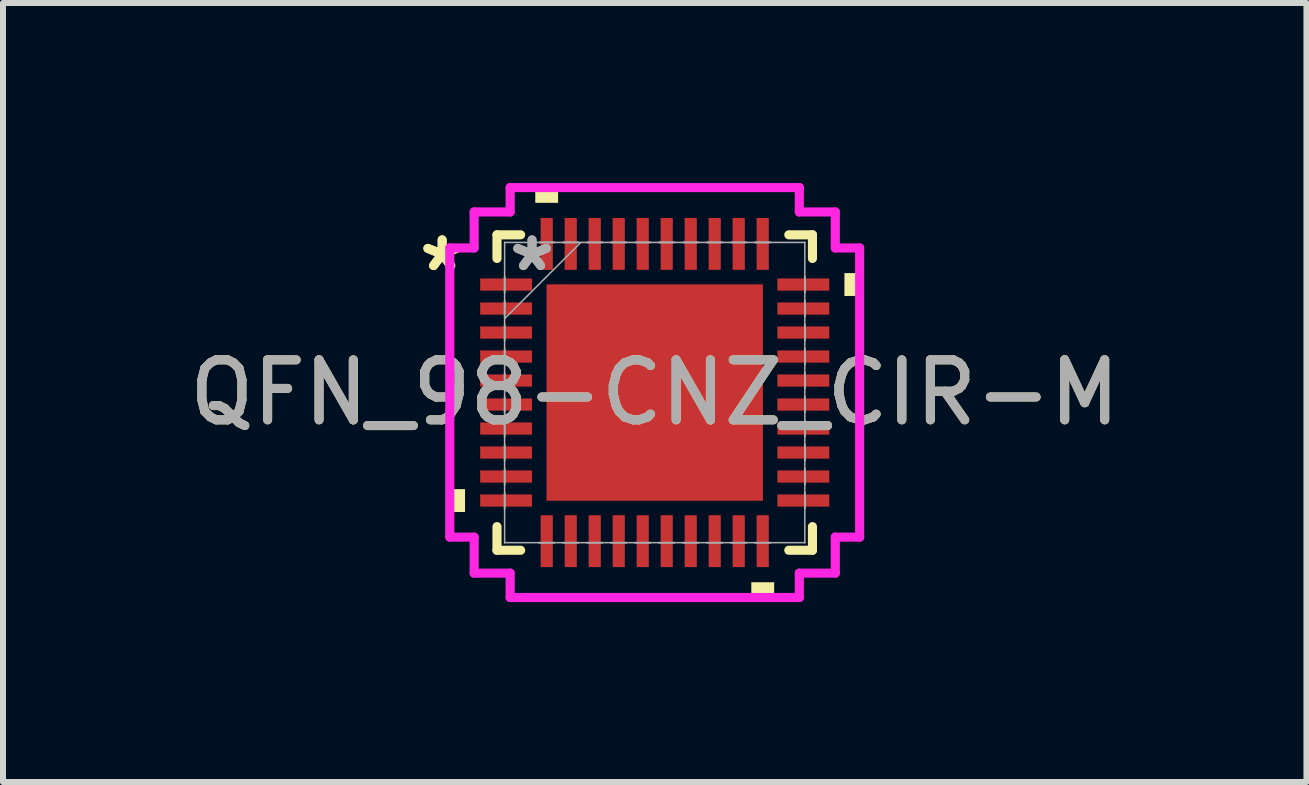
<source format=kicad_pcb>
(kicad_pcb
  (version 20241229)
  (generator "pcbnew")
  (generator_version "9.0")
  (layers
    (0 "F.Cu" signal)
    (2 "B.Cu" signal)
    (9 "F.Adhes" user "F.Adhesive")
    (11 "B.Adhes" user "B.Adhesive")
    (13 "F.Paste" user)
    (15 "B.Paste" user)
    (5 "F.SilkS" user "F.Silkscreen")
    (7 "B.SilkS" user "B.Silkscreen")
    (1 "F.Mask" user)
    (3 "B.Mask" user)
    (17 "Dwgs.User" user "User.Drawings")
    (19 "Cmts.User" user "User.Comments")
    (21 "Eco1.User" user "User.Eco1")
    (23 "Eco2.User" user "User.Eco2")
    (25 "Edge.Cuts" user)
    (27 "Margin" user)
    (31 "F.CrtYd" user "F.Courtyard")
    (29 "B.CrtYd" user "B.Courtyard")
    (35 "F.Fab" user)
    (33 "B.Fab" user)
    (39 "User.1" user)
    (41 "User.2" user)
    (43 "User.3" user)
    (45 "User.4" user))
  (footprint "QFN_98-CNZ_CIR-M"
    (layer "F.Cu")
    (at 7.863 3.493)
    (property "Reference" "QFN_98-CNZ_CIR-M" (at 0 0 0) (unlocked yes) (layer "F.SilkS") (effects (font (size 1 1) (thickness 0.15))))
    (attr smd)
    (fp_line (start -2.629 -2.629) (end -2.629 -2.235) (stroke (width 0.152) (type solid)) (layer "F.SilkS"))
    (fp_line (start -2.629 2.235) (end -2.629 2.629) (stroke (width 0.152) (type solid)) (layer "F.SilkS"))
    (fp_line (start -2.629 2.629) (end -2.235 2.629) (stroke (width 0.152) (type solid)) (layer "F.SilkS"))
    (fp_line (start -2.235 -2.629) (end -2.629 -2.629) (stroke (width 0.152) (type solid)) (layer "F.SilkS"))
    (fp_line (start 2.235 2.629) (end 2.629 2.629) (stroke (width 0.152) (type solid)) (layer "F.SilkS"))
    (fp_line (start 2.629 -2.629) (end 2.235 -2.629) (stroke (width 0.152) (type solid)) (layer "F.SilkS"))
    (fp_line (start 2.629 -2.235) (end 2.629 -2.629) (stroke (width 0.152) (type solid)) (layer "F.SilkS"))
    (fp_line (start 2.629 2.629) (end 2.629 2.235) (stroke (width 0.152) (type solid)) (layer "F.SilkS"))
    (fp_poly (pts (xy -3.416 1.61) (xy -3.416 1.991) (xy -3.162 1.991) (xy -3.162 1.61)) (stroke (width 0) (type solid)) (fill yes) (layer "F.SilkS"))
    (fp_poly (pts (xy -1.991 -3.162) (xy -1.991 -3.416) (xy -1.61 -3.416) (xy -1.61 -3.162)) (stroke (width 0) (type solid)) (fill yes) (layer "F.SilkS"))
    (fp_poly (pts (xy 1.61 3.162) (xy 1.61 3.416) (xy 1.991 3.416) (xy 1.991 3.162)) (stroke (width 0) (type solid)) (fill yes) (layer "F.SilkS"))
    (fp_poly (pts (xy 3.416 -1.991) (xy 3.416 -1.61) (xy 3.162 -1.61) (xy 3.162 -1.991)) (stroke (width 0) (type solid)) (fill yes) (layer "F.SilkS"))
    (fp_poly (pts (xy -1.703 -1.703) (xy -1.703 -0.1) (xy -0.1 -0.1) (xy -0.1 -1.703)) (stroke (width 0) (type solid)) (fill yes) (layer "F.Paste"))
    (fp_poly (pts (xy -1.703 0.1) (xy -1.703 1.703) (xy -0.1 1.703) (xy -0.1 0.1)) (stroke (width 0) (type solid)) (fill yes) (layer "F.Paste"))
    (fp_poly (pts (xy 0.1 -1.703) (xy 0.1 -0.1) (xy 1.703 -0.1) (xy 1.703 -1.703)) (stroke (width 0) (type solid)) (fill yes) (layer "F.Paste"))
    (fp_poly (pts (xy 0.1 0.1) (xy 0.1 1.703) (xy 1.703 1.703) (xy 1.703 0.1)) (stroke (width 0) (type solid)) (fill yes) (layer "F.Paste"))
    (fp_line (start -3.416 -2.41) (end -3.01 -2.41) (stroke (width 0.152) (type solid)) (layer "F.CrtYd"))
    (fp_line (start -3.416 2.41) (end -3.416 -2.41) (stroke (width 0.152) (type solid)) (layer "F.CrtYd"))
    (fp_line (start -3.01 -3.01) (end -2.41 -3.01) (stroke (width 0.152) (type solid)) (layer "F.CrtYd"))
    (fp_line (start -3.01 -2.41) (end -3.01 -3.01) (stroke (width 0.152) (type solid)) (layer "F.CrtYd"))
    (fp_line (start -3.01 2.41) (end -3.416 2.41) (stroke (width 0.152) (type solid)) (layer "F.CrtYd"))
    (fp_line (start -3.01 3.01) (end -3.01 2.41) (stroke (width 0.152) (type solid)) (layer "F.CrtYd"))
    (fp_line (start -2.41 -3.416) (end 2.41 -3.416) (stroke (width 0.152) (type solid)) (layer "F.CrtYd"))
    (fp_line (start -2.41 -3.01) (end -2.41 -3.416) (stroke (width 0.152) (type solid)) (layer "F.CrtYd"))
    (fp_line (start -2.41 3.01) (end -3.01 3.01) (stroke (width 0.152) (type solid)) (layer "F.CrtYd"))
    (fp_line (start -2.41 3.416) (end -2.41 3.01) (stroke (width 0.152) (type solid)) (layer "F.CrtYd"))
    (fp_line (start 2.41 -3.416) (end 2.41 -3.01) (stroke (width 0.152) (type solid)) (layer "F.CrtYd"))
    (fp_line (start 2.41 -3.01) (end 3.01 -3.01) (stroke (width 0.152) (type solid)) (layer "F.CrtYd"))
    (fp_line (start 2.41 3.01) (end 2.41 3.416) (stroke (width 0.152) (type solid)) (layer "F.CrtYd"))
    (fp_line (start 2.41 3.416) (end -2.41 3.416) (stroke (width 0.152) (type solid)) (layer "F.CrtYd"))
    (fp_line (start 3.01 -3.01) (end 3.01 -2.41) (stroke (width 0.152) (type solid)) (layer "F.CrtYd"))
    (fp_line (start 3.01 -2.41) (end 3.416 -2.41) (stroke (width 0.152) (type solid)) (layer "F.CrtYd"))
    (fp_line (start 3.01 2.41) (end 3.01 3.01) (stroke (width 0.152) (type solid)) (layer "F.CrtYd"))
    (fp_line (start 3.01 3.01) (end 2.41 3.01) (stroke (width 0.152) (type solid)) (layer "F.CrtYd"))
    (fp_line (start 3.416 -2.41) (end 3.416 2.41) (stroke (width 0.152) (type solid)) (layer "F.CrtYd"))
    (fp_line (start 3.416 2.41) (end 3.01 2.41) (stroke (width 0.152) (type solid)) (layer "F.CrtYd"))
    (fp_line (start -2.502 -2.502) (end -2.502 -2.502) (stroke (width 0.025) (type solid)) (layer "F.Fab"))
    (fp_line (start -2.502 -2.502) (end -2.502 2.502) (stroke (width 0.025) (type solid)) (layer "F.Fab"))
    (fp_line (start -2.502 -1.927) (end -2.502 -1.927) (stroke (width 0.025) (type solid)) (layer "F.Fab"))
    (fp_line (start -2.502 -1.927) (end -2.502 -1.673) (stroke (width 0.025) (type solid)) (layer "F.Fab"))
    (fp_line (start -2.502 -1.673) (end -2.502 -1.927) (stroke (width 0.025) (type solid)) (layer "F.Fab"))
    (fp_line (start -2.502 -1.673) (end -2.502 -1.673) (stroke (width 0.025) (type solid)) (layer "F.Fab"))
    (fp_line (start -2.502 -1.527) (end -2.502 -1.527) (stroke (width 0.025) (type solid)) (layer "F.Fab"))
    (fp_line (start -2.502 -1.527) (end -2.502 -1.273) (stroke (width 0.025) (type solid)) (layer "F.Fab"))
    (fp_line (start -2.502 -1.273) (end -2.502 -1.527) (stroke (width 0.025) (type solid)) (layer "F.Fab"))
    (fp_line (start -2.502 -1.273) (end -2.502 -1.273) (stroke (width 0.025) (type solid)) (layer "F.Fab"))
    (fp_line (start -2.502 -1.232) (end -1.232 -2.502) (stroke (width 0.025) (type solid)) (layer "F.Fab"))
    (fp_line (start -2.502 -1.127) (end -2.502 -1.127) (stroke (width 0.025) (type solid)) (layer "F.Fab"))
    (fp_line (start -2.502 -1.127) (end -2.502 -0.873) (stroke (width 0.025) (type solid)) (layer "F.Fab"))
    (fp_line (start -2.502 -0.873) (end -2.502 -1.127) (stroke (width 0.025) (type solid)) (layer "F.Fab"))
    (fp_line (start -2.502 -0.873) (end -2.502 -0.873) (stroke (width 0.025) (type solid)) (layer "F.Fab"))
    (fp_line (start -2.502 -0.727) (end -2.502 -0.727) (stroke (width 0.025) (type solid)) (layer "F.Fab"))
    (fp_line (start -2.502 -0.727) (end -2.502 -0.473) (stroke (width 0.025) (type solid)) (layer "F.Fab"))
    (fp_line (start -2.502 -0.473) (end -2.502 -0.727) (stroke (width 0.025) (type solid)) (layer "F.Fab"))
    (fp_line (start -2.502 -0.473) (end -2.502 -0.473) (stroke (width 0.025) (type solid)) (layer "F.Fab"))
    (fp_line (start -2.502 -0.327) (end -2.502 -0.327) (stroke (width 0.025) (type solid)) (layer "F.Fab"))
    (fp_line (start -2.502 -0.327) (end -2.502 -0.073) (stroke (width 0.025) (type solid)) (layer "F.Fab"))
    (fp_line (start -2.502 -0.073) (end -2.502 -0.327) (stroke (width 0.025) (type solid)) (layer "F.Fab"))
    (fp_line (start -2.502 -0.073) (end -2.502 -0.073) (stroke (width 0.025) (type solid)) (layer "F.Fab"))
    (fp_line (start -2.502 0.073) (end -2.502 0.073) (stroke (width 0.025) (type solid)) (layer "F.Fab"))
    (fp_line (start -2.502 0.073) (end -2.502 0.327) (stroke (width 0.025) (type solid)) (layer "F.Fab"))
    (fp_line (start -2.502 0.327) (end -2.502 0.073) (stroke (width 0.025) (type solid)) (layer "F.Fab"))
    (fp_line (start -2.502 0.327) (end -2.502 0.327) (stroke (width 0.025) (type solid)) (layer "F.Fab"))
    (fp_line (start -2.502 0.473) (end -2.502 0.473) (stroke (width 0.025) (type solid)) (layer "F.Fab"))
    (fp_line (start -2.502 0.473) (end -2.502 0.727) (stroke (width 0.025) (type solid)) (layer "F.Fab"))
    (fp_line (start -2.502 0.727) (end -2.502 0.473) (stroke (width 0.025) (type solid)) (layer "F.Fab"))
    (fp_line (start -2.502 0.727) (end -2.502 0.727) (stroke (width 0.025) (type solid)) (layer "F.Fab"))
    (fp_line (start -2.502 0.873) (end -2.502 0.873) (stroke (width 0.025) (type solid)) (layer "F.Fab"))
    (fp_line (start -2.502 0.873) (end -2.502 1.127) (stroke (width 0.025) (type solid)) (layer "F.Fab"))
    (fp_line (start -2.502 1.127) (end -2.502 0.873) (stroke (width 0.025) (type solid)) (layer "F.Fab"))
    (fp_line (start -2.502 1.127) (end -2.502 1.127) (stroke (width 0.025) (type solid)) (layer "F.Fab"))
    (fp_line (start -2.502 1.273) (end -2.502 1.273) (stroke (width 0.025) (type solid)) (layer "F.Fab"))
    (fp_line (start -2.502 1.273) (end -2.502 1.527) (stroke (width 0.025) (type solid)) (layer "F.Fab"))
    (fp_line (start -2.502 1.527) (end -2.502 1.273) (stroke (width 0.025) (type solid)) (layer "F.Fab"))
    (fp_line (start -2.502 1.527) (end -2.502 1.527) (stroke (width 0.025) (type solid)) (layer "F.Fab"))
    (fp_line (start -2.502 1.673) (end -2.502 1.673) (stroke (width 0.025) (type solid)) (layer "F.Fab"))
    (fp_line (start -2.502 1.673) (end -2.502 1.927) (stroke (width 0.025) (type solid)) (layer "F.Fab"))
    (fp_line (start -2.502 1.927) (end -2.502 1.673) (stroke (width 0.025) (type solid)) (layer "F.Fab"))
    (fp_line (start -2.502 1.927) (end -2.502 1.927) (stroke (width 0.025) (type solid)) (layer "F.Fab"))
    (fp_line (start -2.502 2.502) (end -2.502 2.502) (stroke (width 0.025) (type solid)) (layer "F.Fab"))
    (fp_line (start -2.502 2.502) (end 2.502 2.502) (stroke (width 0.025) (type solid)) (layer "F.Fab"))
    (fp_line (start -1.927 -2.502) (end -1.927 -2.502) (stroke (width 0.025) (type solid)) (layer "F.Fab"))
    (fp_line (start -1.927 -2.502) (end -1.673 -2.502) (stroke (width 0.025) (type solid)) (layer "F.Fab"))
    (fp_line (start -1.927 2.502) (end -1.927 2.502) (stroke (width 0.025) (type solid)) (layer "F.Fab"))
    (fp_line (start -1.927 2.502) (end -1.673 2.502) (stroke (width 0.025) (type solid)) (layer "F.Fab"))
    (fp_line (start -1.673 -2.502) (end -1.927 -2.502) (stroke (width 0.025) (type solid)) (layer "F.Fab"))
    (fp_line (start -1.673 -2.502) (end -1.673 -2.502) (stroke (width 0.025) (type solid)) (layer "F.Fab"))
    (fp_line (start -1.673 2.502) (end -1.927 2.502) (stroke (width 0.025) (type solid)) (layer "F.Fab"))
    (fp_line (start -1.673 2.502) (end -1.673 2.502) (stroke (width 0.025) (type solid)) (layer "F.Fab"))
    (fp_line (start -1.527 -2.502) (end -1.527 -2.502) (stroke (width 0.025) (type solid)) (layer "F.Fab"))
    (fp_line (start -1.527 -2.502) (end -1.273 -2.502) (stroke (width 0.025) (type solid)) (layer "F.Fab"))
    (fp_line (start -1.527 2.502) (end -1.527 2.502) (stroke (width 0.025) (type solid)) (layer "F.Fab"))
    (fp_line (start -1.527 2.502) (end -1.273 2.502) (stroke (width 0.025) (type solid)) (layer "F.Fab"))
    (fp_line (start -1.273 -2.502) (end -1.527 -2.502) (stroke (width 0.025) (type solid)) (layer "F.Fab"))
    (fp_line (start -1.273 -2.502) (end -1.273 -2.502) (stroke (width 0.025) (type solid)) (layer "F.Fab"))
    (fp_line (start -1.273 2.502) (end -1.527 2.502) (stroke (width 0.025) (type solid)) (layer "F.Fab"))
    (fp_line (start -1.273 2.502) (end -1.273 2.502) (stroke (width 0.025) (type solid)) (layer "F.Fab"))
    (fp_line (start -1.127 -2.502) (end -1.127 -2.502) (stroke (width 0.025) (type solid)) (layer "F.Fab"))
    (fp_line (start -1.127 -2.502) (end -0.873 -2.502) (stroke (width 0.025) (type solid)) (layer "F.Fab"))
    (fp_line (start -1.127 2.502) (end -1.127 2.502) (stroke (width 0.025) (type solid)) (layer "F.Fab"))
    (fp_line (start -1.127 2.502) (end -0.873 2.502) (stroke (width 0.025) (type solid)) (layer "F.Fab"))
    (fp_line (start -0.873 -2.502) (end -1.127 -2.502) (stroke (width 0.025) (type solid)) (layer "F.Fab"))
    (fp_line (start -0.873 -2.502) (end -0.873 -2.502) (stroke (width 0.025) (type solid)) (layer "F.Fab"))
    (fp_line (start -0.873 2.502) (end -1.127 2.502) (stroke (width 0.025) (type solid)) (layer "F.Fab"))
    (fp_line (start -0.873 2.502) (end -0.873 2.502) (stroke (width 0.025) (type solid)) (layer "F.Fab"))
    (fp_line (start -0.727 -2.502) (end -0.727 -2.502) (stroke (width 0.025) (type solid)) (layer "F.Fab"))
    (fp_line (start -0.727 -2.502) (end -0.473 -2.502) (stroke (width 0.025) (type solid)) (layer "F.Fab"))
    (fp_line (start -0.727 2.502) (end -0.727 2.502) (stroke (width 0.025) (type solid)) (layer "F.Fab"))
    (fp_line (start -0.727 2.502) (end -0.473 2.502) (stroke (width 0.025) (type solid)) (layer "F.Fab"))
    (fp_line (start -0.473 -2.502) (end -0.727 -2.502) (stroke (width 0.025) (type solid)) (layer "F.Fab"))
    (fp_line (start -0.473 -2.502) (end -0.473 -2.502) (stroke (width 0.025) (type solid)) (layer "F.Fab"))
    (fp_line (start -0.473 2.502) (end -0.727 2.502) (stroke (width 0.025) (type solid)) (layer "F.Fab"))
    (fp_line (start -0.473 2.502) (end -0.473 2.502) (stroke (width 0.025) (type solid)) (layer "F.Fab"))
    (fp_line (start -0.327 -2.502) (end -0.327 -2.502) (stroke (width 0.025) (type solid)) (layer "F.Fab"))
    (fp_line (start -0.327 -2.502) (end -0.073 -2.502) (stroke (width 0.025) (type solid)) (layer "F.Fab"))
    (fp_line (start -0.327 2.502) (end -0.327 2.502) (stroke (width 0.025) (type solid)) (layer "F.Fab"))
    (fp_line (start -0.327 2.502) (end -0.073 2.502) (stroke (width 0.025) (type solid)) (layer "F.Fab"))
    (fp_line (start -0.073 -2.502) (end -0.327 -2.502) (stroke (width 0.025) (type solid)) (layer "F.Fab"))
    (fp_line (start -0.073 -2.502) (end -0.073 -2.502) (stroke (width 0.025) (type solid)) (layer "F.Fab"))
    (fp_line (start -0.073 2.502) (end -0.327 2.502) (stroke (width 0.025) (type solid)) (layer "F.Fab"))
    (fp_line (start -0.073 2.502) (end -0.073 2.502) (stroke (width 0.025) (type solid)) (layer "F.Fab"))
    (fp_line (start 0.073 -2.502) (end 0.073 -2.502) (stroke (width 0.025) (type solid)) (layer "F.Fab"))
    (fp_line (start 0.073 -2.502) (end 0.327 -2.502) (stroke (width 0.025) (type solid)) (layer "F.Fab"))
    (fp_line (start 0.073 2.502) (end 0.073 2.502) (stroke (width 0.025) (type solid)) (layer "F.Fab"))
    (fp_line (start 0.073 2.502) (end 0.327 2.502) (stroke (width 0.025) (type solid)) (layer "F.Fab"))
    (fp_line (start 0.327 -2.502) (end 0.073 -2.502) (stroke (width 0.025) (type solid)) (layer "F.Fab"))
    (fp_line (start 0.327 -2.502) (end 0.327 -2.502) (stroke (width 0.025) (type solid)) (layer "F.Fab"))
    (fp_line (start 0.327 2.502) (end 0.073 2.502) (stroke (width 0.025) (type solid)) (layer "F.Fab"))
    (fp_line (start 0.327 2.502) (end 0.327 2.502) (stroke (width 0.025) (type solid)) (layer "F.Fab"))
    (fp_line (start 0.473 -2.502) (end 0.473 -2.502) (stroke (width 0.025) (type solid)) (layer "F.Fab"))
    (fp_line (start 0.473 -2.502) (end 0.727 -2.502) (stroke (width 0.025) (type solid)) (layer "F.Fab"))
    (fp_line (start 0.473 2.502) (end 0.473 2.502) (stroke (width 0.025) (type solid)) (layer "F.Fab"))
    (fp_line (start 0.473 2.502) (end 0.727 2.502) (stroke (width 0.025) (type solid)) (layer "F.Fab"))
    (fp_line (start 0.727 -2.502) (end 0.473 -2.502) (stroke (width 0.025) (type solid)) (layer "F.Fab"))
    (fp_line (start 0.727 -2.502) (end 0.727 -2.502) (stroke (width 0.025) (type solid)) (layer "F.Fab"))
    (fp_line (start 0.727 2.502) (end 0.473 2.502) (stroke (width 0.025) (type solid)) (layer "F.Fab"))
    (fp_line (start 0.727 2.502) (end 0.727 2.502) (stroke (width 0.025) (type solid)) (layer "F.Fab"))
    (fp_line (start 0.873 -2.502) (end 0.873 -2.502) (stroke (width 0.025) (type solid)) (layer "F.Fab"))
    (fp_line (start 0.873 -2.502) (end 1.127 -2.502) (stroke (width 0.025) (type solid)) (layer "F.Fab"))
    (fp_line (start 0.873 2.502) (end 0.873 2.502) (stroke (width 0.025) (type solid)) (layer "F.Fab"))
    (fp_line (start 0.873 2.502) (end 1.127 2.502) (stroke (width 0.025) (type solid)) (layer "F.Fab"))
    (fp_line (start 1.127 -2.502) (end 0.873 -2.502) (stroke (width 0.025) (type solid)) (layer "F.Fab"))
    (fp_line (start 1.127 -2.502) (end 1.127 -2.502) (stroke (width 0.025) (type solid)) (layer "F.Fab"))
    (fp_line (start 1.127 2.502) (end 0.873 2.502) (stroke (width 0.025) (type solid)) (layer "F.Fab"))
    (fp_line (start 1.127 2.502) (end 1.127 2.502) (stroke (width 0.025) (type solid)) (layer "F.Fab"))
    (fp_line (start 1.273 -2.502) (end 1.273 -2.502) (stroke (width 0.025) (type solid)) (layer "F.Fab"))
    (fp_line (start 1.273 -2.502) (end 1.527 -2.502) (stroke (width 0.025) (type solid)) (layer "F.Fab"))
    (fp_line (start 1.273 2.502) (end 1.273 2.502) (stroke (width 0.025) (type solid)) (layer "F.Fab"))
    (fp_line (start 1.273 2.502) (end 1.527 2.502) (stroke (width 0.025) (type solid)) (layer "F.Fab"))
    (fp_line (start 1.527 -2.502) (end 1.273 -2.502) (stroke (width 0.025) (type solid)) (layer "F.Fab"))
    (fp_line (start 1.527 -2.502) (end 1.527 -2.502) (stroke (width 0.025) (type solid)) (layer "F.Fab"))
    (fp_line (start 1.527 2.502) (end 1.273 2.502) (stroke (width 0.025) (type solid)) (layer "F.Fab"))
    (fp_line (start 1.527 2.502) (end 1.527 2.502) (stroke (width 0.025) (type solid)) (layer "F.Fab"))
    (fp_line (start 1.673 -2.502) (end 1.673 -2.502) (stroke (width 0.025) (type solid)) (layer "F.Fab"))
    (fp_line (start 1.673 -2.502) (end 1.927 -2.502) (stroke (width 0.025) (type solid)) (layer "F.Fab"))
    (fp_line (start 1.673 2.502) (end 1.673 2.502) (stroke (width 0.025) (type solid)) (layer "F.Fab"))
    (fp_line (start 1.673 2.502) (end 1.927 2.502) (stroke (width 0.025) (type solid)) (layer "F.Fab"))
    (fp_line (start 1.927 -2.502) (end 1.673 -2.502) (stroke (width 0.025) (type solid)) (layer "F.Fab"))
    (fp_line (start 1.927 -2.502) (end 1.927 -2.502) (stroke (width 0.025) (type solid)) (layer "F.Fab"))
    (fp_line (start 1.927 2.502) (end 1.673 2.502) (stroke (width 0.025) (type solid)) (layer "F.Fab"))
    (fp_line (start 1.927 2.502) (end 1.927 2.502) (stroke (width 0.025) (type solid)) (layer "F.Fab"))
    (fp_line (start 2.502 -2.502) (end -2.502 -2.502) (stroke (width 0.025) (type solid)) (layer "F.Fab"))
    (fp_line (start 2.502 -2.502) (end 2.502 -2.502) (stroke (width 0.025) (type solid)) (layer "F.Fab"))
    (fp_line (start 2.502 -1.927) (end 2.502 -1.927) (stroke (width 0.025) (type solid)) (layer "F.Fab"))
    (fp_line (start 2.502 -1.927) (end 2.502 -1.673) (stroke (width 0.025) (type solid)) (layer "F.Fab"))
    (fp_line (start 2.502 -1.673) (end 2.502 -1.927) (stroke (width 0.025) (type solid)) (layer "F.Fab"))
    (fp_line (start 2.502 -1.673) (end 2.502 -1.673) (stroke (width 0.025) (type solid)) (layer "F.Fab"))
    (fp_line (start 2.502 -1.527) (end 2.502 -1.527) (stroke (width 0.025) (type solid)) (layer "F.Fab"))
    (fp_line (start 2.502 -1.527) (end 2.502 -1.273) (stroke (width 0.025) (type solid)) (layer "F.Fab"))
    (fp_line (start 2.502 -1.273) (end 2.502 -1.527) (stroke (width 0.025) (type solid)) (layer "F.Fab"))
    (fp_line (start 2.502 -1.273) (end 2.502 -1.273) (stroke (width 0.025) (type solid)) (layer "F.Fab"))
    (fp_line (start 2.502 -1.127) (end 2.502 -1.127) (stroke (width 0.025) (type solid)) (layer "F.Fab"))
    (fp_line (start 2.502 -1.127) (end 2.502 -0.873) (stroke (width 0.025) (type solid)) (layer "F.Fab"))
    (fp_line (start 2.502 -0.873) (end 2.502 -1.127) (stroke (width 0.025) (type solid)) (layer "F.Fab"))
    (fp_line (start 2.502 -0.873) (end 2.502 -0.873) (stroke (width 0.025) (type solid)) (layer "F.Fab"))
    (fp_line (start 2.502 -0.727) (end 2.502 -0.727) (stroke (width 0.025) (type solid)) (layer "F.Fab"))
    (fp_line (start 2.502 -0.727) (end 2.502 -0.473) (stroke (width 0.025) (type solid)) (layer "F.Fab"))
    (fp_line (start 2.502 -0.473) (end 2.502 -0.727) (stroke (width 0.025) (type solid)) (layer "F.Fab"))
    (fp_line (start 2.502 -0.473) (end 2.502 -0.473) (stroke (width 0.025) (type solid)) (layer "F.Fab"))
    (fp_line (start 2.502 -0.327) (end 2.502 -0.327) (stroke (width 0.025) (type solid)) (layer "F.Fab"))
    (fp_line (start 2.502 -0.327) (end 2.502 -0.073) (stroke (width 0.025) (type solid)) (layer "F.Fab"))
    (fp_line (start 2.502 -0.073) (end 2.502 -0.327) (stroke (width 0.025) (type solid)) (layer "F.Fab"))
    (fp_line (start 2.502 -0.073) (end 2.502 -0.073) (stroke (width 0.025) (type solid)) (layer "F.Fab"))
    (fp_line (start 2.502 0.073) (end 2.502 0.073) (stroke (width 0.025) (type solid)) (layer "F.Fab"))
    (fp_line (start 2.502 0.073) (end 2.502 0.327) (stroke (width 0.025) (type solid)) (layer "F.Fab"))
    (fp_line (start 2.502 0.327) (end 2.502 0.073) (stroke (width 0.025) (type solid)) (layer "F.Fab"))
    (fp_line (start 2.502 0.327) (end 2.502 0.327) (stroke (width 0.025) (type solid)) (layer "F.Fab"))
    (fp_line (start 2.502 0.473) (end 2.502 0.473) (stroke (width 0.025) (type solid)) (layer "F.Fab"))
    (fp_line (start 2.502 0.473) (end 2.502 0.727) (stroke (width 0.025) (type solid)) (layer "F.Fab"))
    (fp_line (start 2.502 0.727) (end 2.502 0.473) (stroke (width 0.025) (type solid)) (layer "F.Fab"))
    (fp_line (start 2.502 0.727) (end 2.502 0.727) (stroke (width 0.025) (type solid)) (layer "F.Fab"))
    (fp_line (start 2.502 0.873) (end 2.502 0.873) (stroke (width 0.025) (type solid)) (layer "F.Fab"))
    (fp_line (start 2.502 0.873) (end 2.502 1.127) (stroke (width 0.025) (type solid)) (layer "F.Fab"))
    (fp_line (start 2.502 1.127) (end 2.502 0.873) (stroke (width 0.025) (type solid)) (layer "F.Fab"))
    (fp_line (start 2.502 1.127) (end 2.502 1.127) (stroke (width 0.025) (type solid)) (layer "F.Fab"))
    (fp_line (start 2.502 1.273) (end 2.502 1.273) (stroke (width 0.025) (type solid)) (layer "F.Fab"))
    (fp_line (start 2.502 1.273) (end 2.502 1.527) (stroke (width 0.025) (type solid)) (layer "F.Fab"))
    (fp_line (start 2.502 1.527) (end 2.502 1.273) (stroke (width 0.025) (type solid)) (layer "F.Fab"))
    (fp_line (start 2.502 1.527) (end 2.502 1.527) (stroke (width 0.025) (type solid)) (layer "F.Fab"))
    (fp_line (start 2.502 1.673) (end 2.502 1.673) (stroke (width 0.025) (type solid)) (layer "F.Fab"))
    (fp_line (start 2.502 1.673) (end 2.502 1.927) (stroke (width 0.025) (type solid)) (layer "F.Fab"))
    (fp_line (start 2.502 1.927) (end 2.502 1.673) (stroke (width 0.025) (type solid)) (layer "F.Fab"))
    (fp_line (start 2.502 1.927) (end 2.502 1.927) (stroke (width 0.025) (type solid)) (layer "F.Fab"))
    (fp_line (start 2.502 2.502) (end 2.502 -2.502) (stroke (width 0.025) (type solid)) (layer "F.Fab"))
    (fp_line (start 2.502 2.502) (end 2.502 2.502) (stroke (width 0.025) (type solid)) (layer "F.Fab"))
    (fp_text user "*" (at -3.543 -2 0) (unlocked yes) (layer "F.SilkS") (effects (font (size 1 1) (thickness 0.15))))
    (fp_text user "*" (at -3.543 -2 0) (layer "F.SilkS") (effects (font (size 1 1) (thickness 0.15))))
    (fp_text user "*" (at -2.045 -2 0) (layer "F.Fab") (effects (font (size 1 1) (thickness 0.15))))
    (fp_text user "*" (at -2.045 -2 0) (unlocked yes) (layer "F.Fab") (effects (font (size 1 1) (thickness 0.15))))
    (fp_text user "${REFERENCE}" (at 0 0 0) (unlocked yes) (layer "F.Fab") (effects (font (size 1 1) (thickness 0.15))))
    (pad "1" smd rect (at -2.477 -1.8 90) (size 0.203 0.864) (layers "F.Cu" "F.Mask" "F.Paste"))
    (pad "2" smd rect (at -2.477 -1.4 90) (size 0.203 0.864) (layers "F.Cu" "F.Mask" "F.Paste"))
    (pad "3" smd rect (at -2.477 -1 90) (size 0.203 0.864) (layers "F.Cu" "F.Mask" "F.Paste"))
    (pad "4" smd rect (at -2.477 -0.6 90) (size 0.203 0.864) (layers "F.Cu" "F.Mask" "F.Paste"))
    (pad "5" smd rect (at -2.477 -0.2 90) (size 0.203 0.864) (layers "F.Cu" "F.Mask" "F.Paste"))
    (pad "6" smd rect (at -2.477 0.2 90) (size 0.203 0.864) (layers "F.Cu" "F.Mask" "F.Paste"))
    (pad "7" smd rect (at -2.477 0.6 90) (size 0.203 0.864) (layers "F.Cu" "F.Mask" "F.Paste"))
    (pad "8" smd rect (at -2.477 1 90) (size 0.203 0.864) (layers "F.Cu" "F.Mask" "F.Paste"))
    (pad "9" smd rect (at -2.477 1.4 90) (size 0.203 0.864) (layers "F.Cu" "F.Mask" "F.Paste"))
    (pad "10" smd rect (at -2.477 1.8 90) (size 0.203 0.864) (layers "F.Cu" "F.Mask" "F.Paste"))
    (pad "11" smd rect (at -1.8 2.477) (size 0.203 0.864) (layers "F.Cu" "F.Mask" "F.Paste"))
    (pad "12" smd rect (at -1.4 2.477) (size 0.203 0.864) (layers "F.Cu" "F.Mask" "F.Paste"))
    (pad "13" smd rect (at -1 2.477) (size 0.203 0.864) (layers "F.Cu" "F.Mask" "F.Paste"))
    (pad "14" smd rect (at -0.6 2.477) (size 0.203 0.864) (layers "F.Cu" "F.Mask" "F.Paste"))
    (pad "15" smd rect (at -0.2 2.477) (size 0.203 0.864) (layers "F.Cu" "F.Mask" "F.Paste"))
    (pad "16" smd rect (at 0.2 2.477) (size 0.203 0.864) (layers "F.Cu" "F.Mask" "F.Paste"))
    (pad "17" smd rect (at 0.6 2.477) (size 0.203 0.864) (layers "F.Cu" "F.Mask" "F.Paste"))
    (pad "18" smd rect (at 1 2.477) (size 0.203 0.864) (layers "F.Cu" "F.Mask" "F.Paste"))
    (pad "19" smd rect (at 1.4 2.477) (size 0.203 0.864) (layers "F.Cu" "F.Mask" "F.Paste"))
    (pad "20" smd rect (at 1.8 2.477) (size 0.203 0.864) (layers "F.Cu" "F.Mask" "F.Paste"))
    (pad "21" smd rect (at 2.477 1.8 90) (size 0.203 0.864) (layers "F.Cu" "F.Mask" "F.Paste"))
    (pad "22" smd rect (at 2.477 1.4 90) (size 0.203 0.864) (layers "F.Cu" "F.Mask" "F.Paste"))
    (pad "23" smd rect (at 2.477 1 90) (size 0.203 0.864) (layers "F.Cu" "F.Mask" "F.Paste"))
    (pad "24" smd rect (at 2.477 0.6 90) (size 0.203 0.864) (layers "F.Cu" "F.Mask" "F.Paste"))
    (pad "25" smd rect (at 2.477 0.2 90) (size 0.203 0.864) (layers "F.Cu" "F.Mask" "F.Paste"))
    (pad "26" smd rect (at 2.477 -0.2 90) (size 0.203 0.864) (layers "F.Cu" "F.Mask" "F.Paste"))
    (pad "27" smd rect (at 2.477 -0.6 90) (size 0.203 0.864) (layers "F.Cu" "F.Mask" "F.Paste"))
    (pad "28" smd rect (at 2.477 -1 90) (size 0.203 0.864) (layers "F.Cu" "F.Mask" "F.Paste"))
    (pad "29" smd rect (at 2.477 -1.4 90) (size 0.203 0.864) (layers "F.Cu" "F.Mask" "F.Paste"))
    (pad "30" smd rect (at 2.477 -1.8 90) (size 0.203 0.864) (layers "F.Cu" "F.Mask" "F.Paste"))
    (pad "31" smd rect (at 1.8 -2.477) (size 0.203 0.864) (layers "F.Cu" "F.Mask" "F.Paste"))
    (pad "32" smd rect (at 1.4 -2.477) (size 0.203 0.864) (layers "F.Cu" "F.Mask" "F.Paste"))
    (pad "33" smd rect (at 1 -2.477) (size 0.203 0.864) (layers "F.Cu" "F.Mask" "F.Paste"))
    (pad "34" smd rect (at 0.6 -2.477) (size 0.203 0.864) (layers "F.Cu" "F.Mask" "F.Paste"))
    (pad "35" smd rect (at 0.2 -2.477) (size 0.203 0.864) (layers "F.Cu" "F.Mask" "F.Paste"))
    (pad "36" smd rect (at -0.2 -2.477) (size 0.203 0.864) (layers "F.Cu" "F.Mask" "F.Paste"))
    (pad "37" smd rect (at -0.6 -2.477) (size 0.203 0.864) (layers "F.Cu" "F.Mask" "F.Paste"))
    (pad "38" smd rect (at -1 -2.477) (size 0.203 0.864) (layers "F.Cu" "F.Mask" "F.Paste"))
    (pad "39" smd rect (at -1.4 -2.477) (size 0.203 0.864) (layers "F.Cu" "F.Mask" "F.Paste"))
    (pad "40" smd rect (at -1.8 -2.477) (size 0.203 0.864) (layers "F.Cu" "F.Mask" "F.Paste"))
    (pad "41" smd rect (at 0 0) (size 3.607 3.607) (layers "F.Cu" "F.Mask" "F.Paste")))
  (gr_rect
    (start -3 -3)
    (end 18.726 9.985)
    (stroke (width 0.1) (type default))
    (fill no)
    (layer "Edge.Cuts")))
</source>
